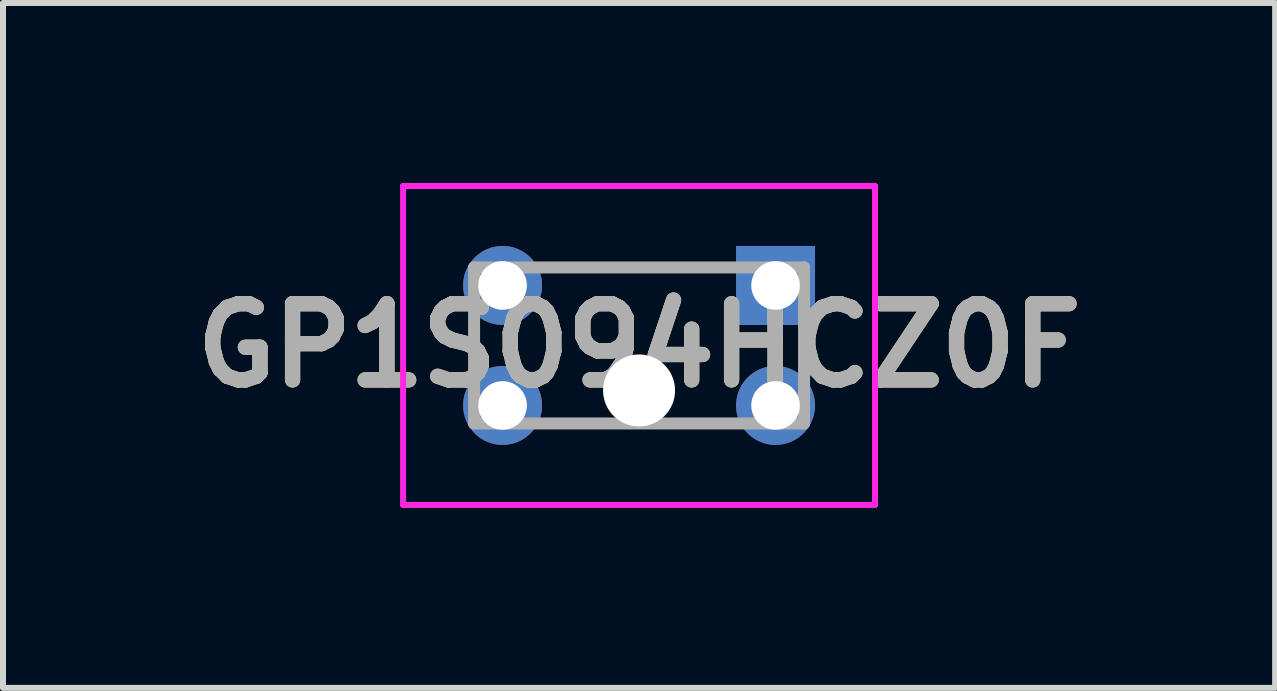
<source format=kicad_pcb>
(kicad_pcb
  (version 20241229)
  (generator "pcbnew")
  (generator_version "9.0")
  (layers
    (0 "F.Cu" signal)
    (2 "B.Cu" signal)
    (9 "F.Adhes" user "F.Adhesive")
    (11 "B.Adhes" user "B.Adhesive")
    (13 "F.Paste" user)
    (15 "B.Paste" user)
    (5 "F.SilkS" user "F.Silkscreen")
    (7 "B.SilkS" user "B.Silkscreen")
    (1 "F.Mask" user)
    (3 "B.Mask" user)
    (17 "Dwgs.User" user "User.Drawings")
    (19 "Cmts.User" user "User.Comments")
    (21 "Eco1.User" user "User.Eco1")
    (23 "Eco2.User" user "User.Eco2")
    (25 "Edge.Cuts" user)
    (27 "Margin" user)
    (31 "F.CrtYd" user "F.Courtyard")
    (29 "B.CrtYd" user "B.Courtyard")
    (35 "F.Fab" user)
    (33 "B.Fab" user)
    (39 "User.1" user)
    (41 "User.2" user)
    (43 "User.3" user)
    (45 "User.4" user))
  (footprint "GP1S094HCZ0F"
    (layer "F.Cu")
    (at 9.877 1.708)
    (property "Reference" "GP1S094HCZ0F" (at -2.275 1 0) (layer "F.SilkS") (effects (font (size 1.27 1.27) (thickness 0.254))))
    (attr through_hole)
    (fp_line (start -3.275 -0.3) (end -1.275 -0.3) (stroke (width 0.1) (type solid)) (layer "F.SilkS"))
    (fp_line (start -3.275 2.3) (end -1.275 2.3) (stroke (width 0.1) (type solid)) (layer "F.SilkS"))
    (fp_line (start -6.208 -1.658) (end 1.658 -1.658) (stroke (width 0.1) (type solid)) (layer "F.CrtYd"))
    (fp_line (start -6.208 3.658) (end -6.208 -1.658) (stroke (width 0.1) (type solid)) (layer "F.CrtYd"))
    (fp_line (start 1.658 -1.658) (end 1.658 3.658) (stroke (width 0.1) (type solid)) (layer "F.CrtYd"))
    (fp_line (start 1.658 3.658) (end -6.208 3.658) (stroke (width 0.1) (type solid)) (layer "F.CrtYd"))
    (fp_line (start -5.025 -0.3) (end 0.475 -0.3) (stroke (width 0.2) (type solid)) (layer "F.Fab"))
    (fp_line (start -5.025 2.3) (end -5.025 -0.3) (stroke (width 0.2) (type solid)) (layer "F.Fab"))
    (fp_line (start 0.475 -0.3) (end 0.475 2.3) (stroke (width 0.2) (type solid)) (layer "F.Fab"))
    (fp_line (start 0.475 2.3) (end -5.025 2.3) (stroke (width 0.2) (type solid)) (layer "F.Fab"))
    (fp_text user "${REFERENCE}" (at -2.275 1 0) (layer "F.Fab") (effects (font (size 1.27 1.27) (thickness 0.254))))
    (pad "" np_thru_hole circle (at -2.275 1.75) (size 1.2 1.2) (drill 1.2) (layers "*.Cu" "*.Mask"))
    (pad "1" thru_hole rect (at 0 0) (size 1.316 1.316) (drill 0.81) (layers "*.Cu" "*.Mask"))
    (pad "2" thru_hole circle (at -4.55 0) (size 1.316 1.316) (drill 0.81) (layers "*.Cu" "*.Mask"))
    (pad "3" thru_hole circle (at -4.55 2) (size 1.316 1.316) (drill 0.81) (layers "*.Cu" "*.Mask"))
    (pad "4" thru_hole circle (at 0 2) (size 1.316 1.316) (drill 0.81) (layers "*.Cu" "*.Mask")))
  (gr_rect
    (start -3 -3)
    (end 18.204 8.416)
    (stroke (width 0.1) (type default))
    (fill no)
    (layer "Edge.Cuts")))
</source>
